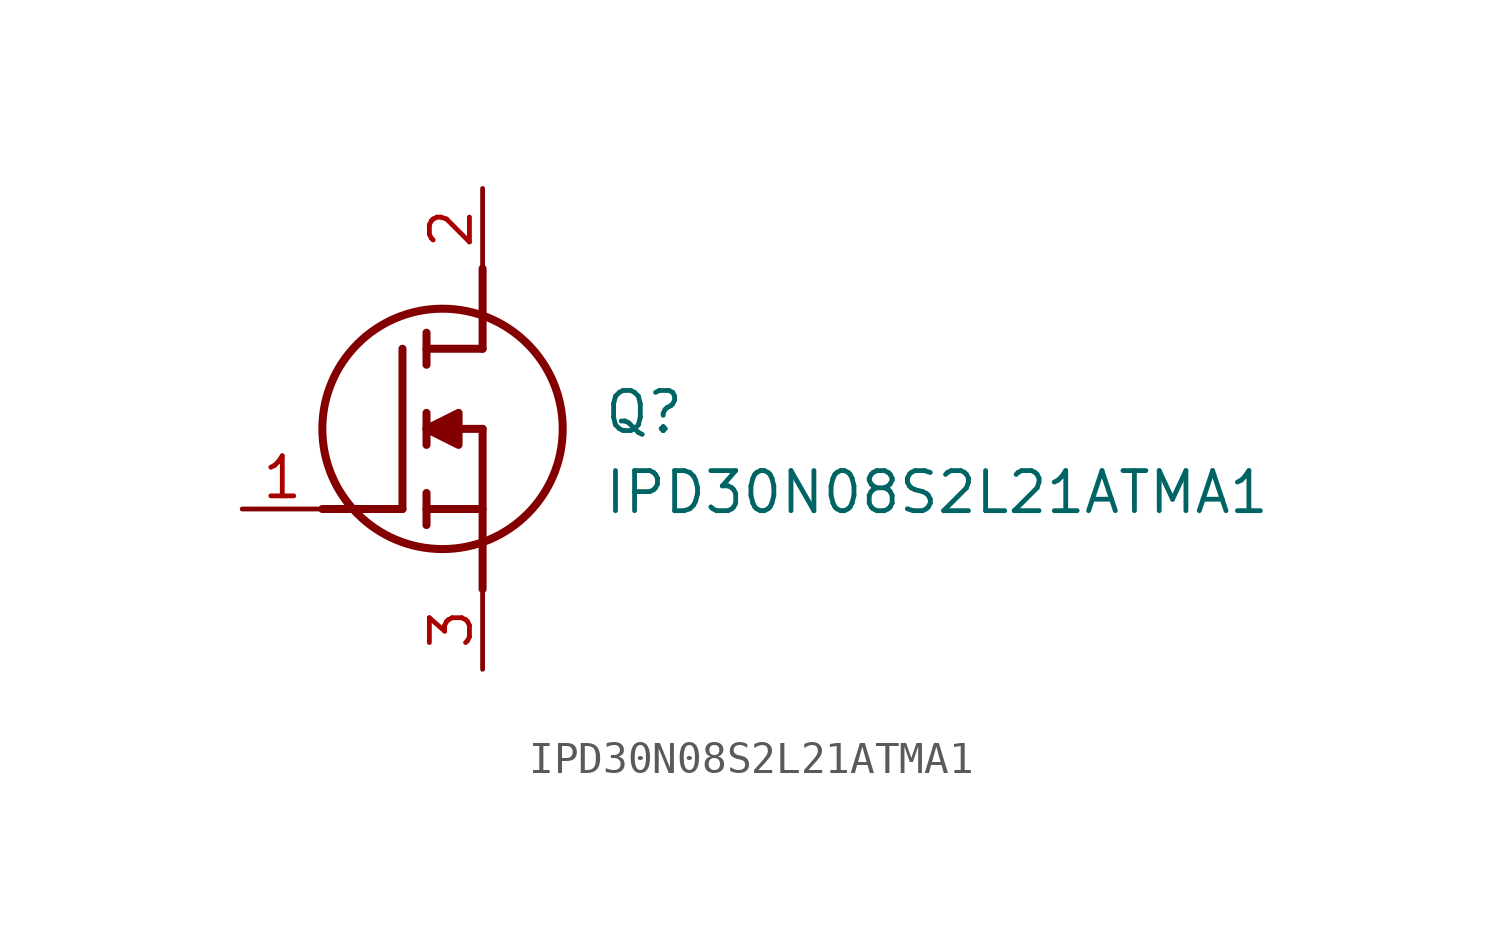
<source format=kicad_sym>
(kicad_symbol_lib
  (version 20211014)
  (generator SamacSys_ECAD_Model)
  (symbol "IPD30N08S2L21ATMA1"
    (pin_names hide)
    (property "Reference" "Q"
      (at 11.43 3.81 0)
      (effects (font (size 1.27 1.27)) (justify left top)))
    (property "Value" "IPD30N08S2L21ATMA1"
      (at 11.43 1.27 0)
      (effects (font (size 1.27 1.27)) (justify left top)))
    (polyline
      (pts (xy 7.62 2.54) (xy 7.62 -2.54))
      (stroke (width 0.254) (type default))
      (fill (type none)))
    (polyline
      (pts (xy 7.62 5.08) (xy 7.62 7.62))
      (stroke (width 0.254) (type default))
      (fill (type none)))
    (polyline
      (pts (xy 2.54 0) (xy 5.08 0))
      (stroke (width 0.254) (type default))
      (fill (type none)))
    (polyline
      (pts (xy 5.08 5.08) (xy 5.08 0))
      (stroke (width 0.254) (type default))
      (fill (type none)))
    (polyline
      (pts (xy 7.62 2.54) (xy 5.842 2.54))
      (stroke (width 0.254) (type default))
      (fill (type none)))
    (polyline
      (pts (xy 7.62 5.08) (xy 5.842 5.08))
      (stroke (width 0.254) (type default))
      (fill (type none)))
    (polyline
      (pts (xy 5.842 0) (xy 7.62 0))
      (stroke (width 0.254) (type default))
      (fill (type none)))
    (polyline
      (pts (xy 5.842 5.588) (xy 5.842 4.572))
      (stroke (width 0.254) (type default))
      (fill (type none)))
    (polyline
      (pts (xy 5.842 -0.508) (xy 5.842 0.508))
      (stroke (width 0.254) (type default))
      (fill (type none)))
    (polyline
      (pts (xy 5.842 2.032) (xy 5.842 3.048))
      (stroke (width 0.254) (type default))
      (fill (type none)))
    (circle
      (center 6.35 2.54)
      (radius 3.81)
      (stroke (width 0.254) (type default))
      (fill (type none)))
    (polyline
      (pts (xy 5.842 2.54) (xy 6.858 3.048) (xy 6.858 2.032) (xy 5.842 2.54))
      (stroke (width 0.254) (type default))
      (fill (type outline)))
    (pin passive line
      (at 0 0 0)
      (length 2.54)
      (name "G" (effects (font (size 1.27 1.27))))
      (number "1" (effects (font (size 1.27 1.27)))))
    (pin passive line
      (at 7.62 10.16 270)
      (length 2.54)
      (name "D" (effects (font (size 1.27 1.27))))
      (number "2" (effects (font (size 1.27 1.27)))))
    (pin passive line
      (at 7.62 -5.08 90)
      (length 2.54)
      (name "S" (effects (font (size 1.27 1.27))))
      (number "3" (effects (font (size 1.27 1.27)))))))
</source>
